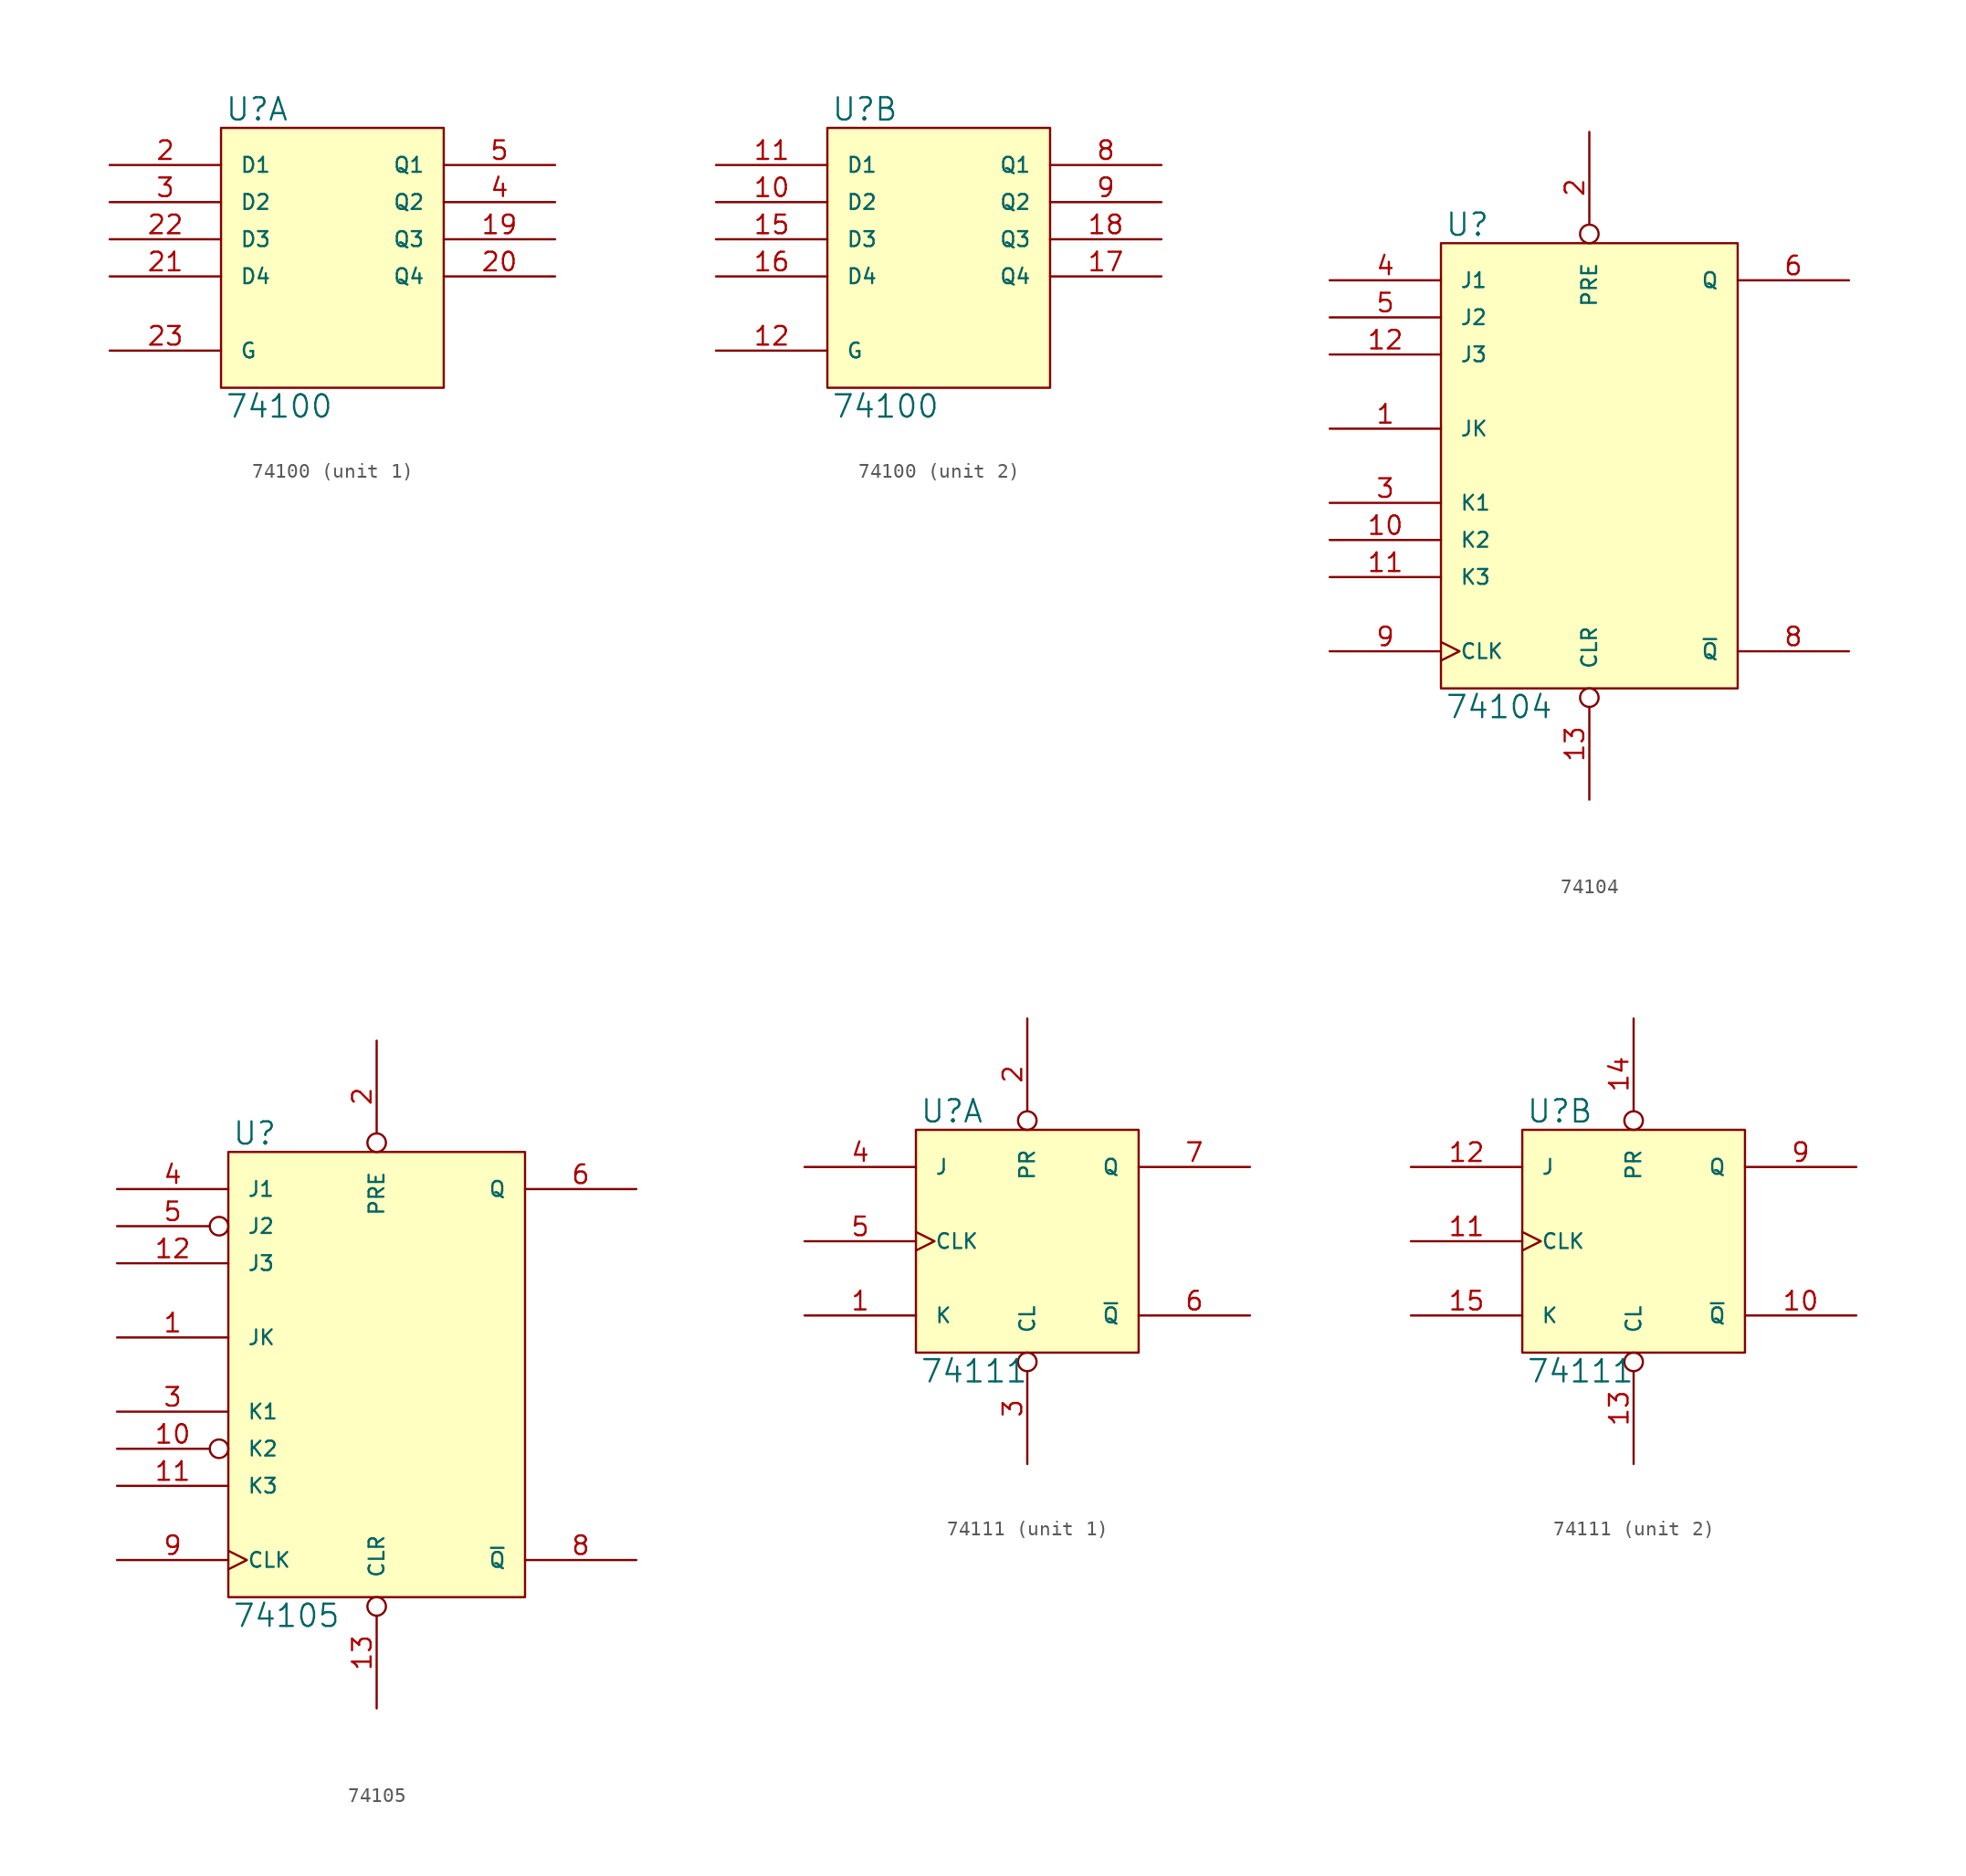
<source format=kicad_sym>
(kicad_symbol_lib
  (version 20231120)
  (generator "kicad_symbol_editor")
  (generator_version "8.0")
  (symbol "74100"
    (pin_names
      (offset 1.27))
    (property "Reference" "U"
      (at 0.254 0.381 0)
      (effects (font (size 1.524 1.524)) (justify left bottom)))
    (property "Value" "74100"
      (at 0.254 -18.161 0)
      (effects (font (size 1.524 1.524)) (justify left top)))
    (symbol "74100_0_1"
      (rectangle (start 0 0) (end 15.24 -17.78) (stroke (width 0) (type solid)) (fill (type background))))
    (symbol "74100_1_1"
      (pin output line (at 22.86 -7.62 180) (length 7.62) (name "Q3" (effects (font (size 1.016 1.016)))) (number "19" (effects (font (size 1.27 1.27)))))
      (pin input line (at -7.62 -2.54 0) (length 7.62) (name "D1" (effects (font (size 1.016 1.016)))) (number "2" (effects (font (size 1.27 1.27)))))
      (pin output line (at 22.86 -10.16 180) (length 7.62) (name "Q4" (effects (font (size 1.016 1.016)))) (number "20" (effects (font (size 1.27 1.27)))))
      (pin input line (at -7.62 -10.16 0) (length 7.62) (name "D4" (effects (font (size 1.016 1.016)))) (number "21" (effects (font (size 1.27 1.27)))))
      (pin input line (at -7.62 -7.62 0) (length 7.62) (name "D3" (effects (font (size 1.016 1.016)))) (number "22" (effects (font (size 1.27 1.27)))))
      (pin input line (at -7.62 -15.24 0) (length 7.62) (name "G" (effects (font (size 1.016 1.016)))) (number "23" (effects (font (size 1.27 1.27)))))
      (pin power_in line (at 0 0 270) (length 0) hide (name "VCC" (effects (font (size 1.016 1.016)))) (number "24" (effects (font (size 1.27 1.27)))))
      (pin input line (at -7.62 -5.08 0) (length 7.62) (name "D2" (effects (font (size 1.016 1.016)))) (number "3" (effects (font (size 1.27 1.27)))))
      (pin output line (at 22.86 -5.08 180) (length 7.62) (name "Q2" (effects (font (size 1.016 1.016)))) (number "4" (effects (font (size 1.27 1.27)))))
      (pin output line (at 22.86 -2.54 180) (length 7.62) (name "Q1" (effects (font (size 1.016 1.016)))) (number "5" (effects (font (size 1.27 1.27)))))
      (pin power_in line (at 0 -17.78 90) (length 0) hide (name "GND" (effects (font (size 1.016 1.016)))) (number "7" (effects (font (size 1.27 1.27))))))
    (symbol "74100_2_1"
      (pin input line (at -7.62 -5.08 0) (length 7.62) (name "D2" (effects (font (size 1.016 1.016)))) (number "10" (effects (font (size 1.27 1.27)))))
      (pin input line (at -7.62 -2.54 0) (length 7.62) (name "D1" (effects (font (size 1.016 1.016)))) (number "11" (effects (font (size 1.27 1.27)))))
      (pin input line (at -7.62 -15.24 0) (length 7.62) (name "G" (effects (font (size 1.016 1.016)))) (number "12" (effects (font (size 1.27 1.27)))))
      (pin input line (at -7.62 -7.62 0) (length 7.62) (name "D3" (effects (font (size 1.016 1.016)))) (number "15" (effects (font (size 1.27 1.27)))))
      (pin input line (at -7.62 -10.16 0) (length 7.62) (name "D4" (effects (font (size 1.016 1.016)))) (number "16" (effects (font (size 1.27 1.27)))))
      (pin output line (at 22.86 -10.16 180) (length 7.62) (name "Q4" (effects (font (size 1.016 1.016)))) (number "17" (effects (font (size 1.27 1.27)))))
      (pin output line (at 22.86 -7.62 180) (length 7.62) (name "Q3" (effects (font (size 1.016 1.016)))) (number "18" (effects (font (size 1.27 1.27)))))
      (pin power_in line (at 0 0 270) (length 0) hide (name "VCC" (effects (font (size 1.016 1.016)))) (number "24" (effects (font (size 1.27 1.27)))))
      (pin power_in line (at 0 -17.78 90) (length 0) hide (name "GND" (effects (font (size 1.016 1.016)))) (number "7" (effects (font (size 1.27 1.27)))))
      (pin output line (at 22.86 -2.54 180) (length 7.62) (name "Q1" (effects (font (size 1.016 1.016)))) (number "8" (effects (font (size 1.27 1.27)))))
      (pin output line (at 22.86 -5.08 180) (length 7.62) (name "Q2" (effects (font (size 1.016 1.016)))) (number "9" (effects (font (size 1.27 1.27)))))))
  (symbol "74104"
    (pin_names
      (offset 1.27))
    (property "Reference" "U"
      (at 0.254 0.381 0)
      (effects (font (size 1.524 1.524)) (justify left bottom)))
    (property "Value" "74104"
      (at 0.254 -30.861 0)
      (effects (font (size 1.524 1.524)) (justify left top)))
    (symbol "74104_0_1"
      (rectangle (start 0 0) (end 20.32 -30.48) (stroke (width 0) (type solid)) (fill (type background))))
    (symbol "74104_1_1"
      (pin input line (at -7.62 -12.7 0) (length 7.62) (name "JK" (effects (font (size 1.016 1.016)))) (number "1" (effects (font (size 1.27 1.27)))))
      (pin input line (at -7.62 -20.32 0) (length 7.62) (name "K2" (effects (font (size 1.016 1.016)))) (number "10" (effects (font (size 1.27 1.27)))))
      (pin input line (at -7.62 -22.86 0) (length 7.62) (name "K3" (effects (font (size 1.016 1.016)))) (number "11" (effects (font (size 1.27 1.27)))))
      (pin input line (at -7.62 -7.62 0) (length 7.62) (name "J3" (effects (font (size 1.016 1.016)))) (number "12" (effects (font (size 1.27 1.27)))))
      (pin input inverted (at 10.16 -38.1 90) (length 7.62) (name "CLR" (effects (font (size 1.016 1.016)))) (number "13" (effects (font (size 1.27 1.27)))))
      (pin power_in line (at 0 0 270) (length 0) hide (name "VCC" (effects (font (size 1.016 1.016)))) (number "14" (effects (font (size 1.27 1.27)))))
      (pin input inverted (at 10.16 7.62 270) (length 7.62) (name "PRE" (effects (font (size 1.016 1.016)))) (number "2" (effects (font (size 1.27 1.27)))))
      (pin input line (at -7.62 -17.78 0) (length 7.62) (name "K1" (effects (font (size 1.016 1.016)))) (number "3" (effects (font (size 1.27 1.27)))))
      (pin input line (at -7.62 -2.54 0) (length 7.62) (name "J1" (effects (font (size 1.016 1.016)))) (number "4" (effects (font (size 1.27 1.27)))))
      (pin input line (at -7.62 -5.08 0) (length 7.62) (name "J2" (effects (font (size 1.016 1.016)))) (number "5" (effects (font (size 1.27 1.27)))))
      (pin output line (at 27.94 -2.54 180) (length 7.62) (name "Q" (effects (font (size 1.016 1.016)))) (number "6" (effects (font (size 1.27 1.27)))))
      (pin power_in line (at 0 -30.48 90) (length 0) hide (name "GND" (effects (font (size 1.016 1.016)))) (number "7" (effects (font (size 1.27 1.27)))))
      (pin output line (at 27.94 -27.94 180) (length 7.62) (name "~{Q}" (effects (font (size 1.016 1.016)))) (number "8" (effects (font (size 1.27 1.27)))))
      (pin input clock (at -7.62 -27.94 0) (length 7.62) (name "CLK" (effects (font (size 1.016 1.016)))) (number "9" (effects (font (size 1.27 1.27)))))))
  (symbol "74105"
    (pin_names
      (offset 1.27))
    (property "Reference" "U"
      (at 0.254 0.381 0)
      (effects (font (size 1.524 1.524)) (justify left bottom)))
    (property "Value" "74105"
      (at 0.254 -30.861 0)
      (effects (font (size 1.524 1.524)) (justify left top)))
    (symbol "74105_0_1"
      (rectangle (start 0 0) (end 20.32 -30.48) (stroke (width 0) (type solid)) (fill (type background))))
    (symbol "74105_1_1"
      (pin input line (at -7.62 -12.7 0) (length 7.62) (name "JK" (effects (font (size 1.016 1.016)))) (number "1" (effects (font (size 1.27 1.27)))))
      (pin input inverted (at -7.62 -20.32 0) (length 7.62) (name "K2" (effects (font (size 1.016 1.016)))) (number "10" (effects (font (size 1.27 1.27)))))
      (pin input line (at -7.62 -22.86 0) (length 7.62) (name "K3" (effects (font (size 1.016 1.016)))) (number "11" (effects (font (size 1.27 1.27)))))
      (pin input line (at -7.62 -7.62 0) (length 7.62) (name "J3" (effects (font (size 1.016 1.016)))) (number "12" (effects (font (size 1.27 1.27)))))
      (pin input inverted (at 10.16 -38.1 90) (length 7.62) (name "CLR" (effects (font (size 1.016 1.016)))) (number "13" (effects (font (size 1.27 1.27)))))
      (pin power_in line (at 0 0 270) (length 0) hide (name "VCC" (effects (font (size 1.016 1.016)))) (number "14" (effects (font (size 1.27 1.27)))))
      (pin input inverted (at 10.16 7.62 270) (length 7.62) (name "PRE" (effects (font (size 1.016 1.016)))) (number "2" (effects (font (size 1.27 1.27)))))
      (pin input line (at -7.62 -17.78 0) (length 7.62) (name "K1" (effects (font (size 1.016 1.016)))) (number "3" (effects (font (size 1.27 1.27)))))
      (pin input line (at -7.62 -2.54 0) (length 7.62) (name "J1" (effects (font (size 1.016 1.016)))) (number "4" (effects (font (size 1.27 1.27)))))
      (pin input inverted (at -7.62 -5.08 0) (length 7.62) (name "J2" (effects (font (size 1.016 1.016)))) (number "5" (effects (font (size 1.27 1.27)))))
      (pin output line (at 27.94 -2.54 180) (length 7.62) (name "Q" (effects (font (size 1.016 1.016)))) (number "6" (effects (font (size 1.27 1.27)))))
      (pin power_in line (at 0 -30.48 90) (length 0) hide (name "GND" (effects (font (size 1.016 1.016)))) (number "7" (effects (font (size 1.27 1.27)))))
      (pin output line (at 27.94 -27.94 180) (length 7.62) (name "~{Q}" (effects (font (size 1.016 1.016)))) (number "8" (effects (font (size 1.27 1.27)))))
      (pin input clock (at -7.62 -27.94 0) (length 7.62) (name "CLK" (effects (font (size 1.016 1.016)))) (number "9" (effects (font (size 1.27 1.27)))))))
  (symbol "74111"
    (pin_names
      (offset 1.27))
    (property "Reference" "U"
      (at 0.254 0.381 0)
      (effects (font (size 1.524 1.524)) (justify left bottom)))
    (property "Value" "74111"
      (at 0.254 -15.621 0)
      (effects (font (size 1.524 1.524)) (justify left top)))
    (symbol "74111_0_1"
      (rectangle (start 0 0) (end 15.24 -15.24) (stroke (width 0) (type solid)) (fill (type background))))
    (symbol "74111_1_1"
      (pin input line (at -7.62 -12.7 0) (length 7.62) (name "K" (effects (font (size 1.016 1.016)))) (number "1" (effects (font (size 1.27 1.27)))))
      (pin power_in line (at 0 0 270) (length 0) hide (name "VCC" (effects (font (size 1.016 1.016)))) (number "16" (effects (font (size 1.27 1.27)))))
      (pin input inverted (at 7.62 7.62 270) (length 7.62) (name "PR" (effects (font (size 1.016 1.016)))) (number "2" (effects (font (size 1.27 1.27)))))
      (pin input inverted (at 7.62 -22.86 90) (length 7.62) (name "CL" (effects (font (size 1.016 1.016)))) (number "3" (effects (font (size 1.27 1.27)))))
      (pin input line (at -7.62 -2.54 0) (length 7.62) (name "J" (effects (font (size 1.016 1.016)))) (number "4" (effects (font (size 1.27 1.27)))))
      (pin input clock (at -7.62 -7.62 0) (length 7.62) (name "CLK" (effects (font (size 1.016 1.016)))) (number "5" (effects (font (size 1.27 1.27)))))
      (pin output line (at 22.86 -12.7 180) (length 7.62) (name "~{Q}" (effects (font (size 1.016 1.016)))) (number "6" (effects (font (size 1.27 1.27)))))
      (pin output line (at 22.86 -2.54 180) (length 7.62) (name "Q" (effects (font (size 1.016 1.016)))) (number "7" (effects (font (size 1.27 1.27)))))
      (pin power_in line (at 0 -15.24 90) (length 0) hide (name "GND" (effects (font (size 1.016 1.016)))) (number "8" (effects (font (size 1.27 1.27))))))
    (symbol "74111_2_1"
      (pin output line (at 22.86 -12.7 180) (length 7.62) (name "~{Q}" (effects (font (size 1.016 1.016)))) (number "10" (effects (font (size 1.27 1.27)))))
      (pin input clock (at -7.62 -7.62 0) (length 7.62) (name "CLK" (effects (font (size 1.016 1.016)))) (number "11" (effects (font (size 1.27 1.27)))))
      (pin input line (at -7.62 -2.54 0) (length 7.62) (name "J" (effects (font (size 1.016 1.016)))) (number "12" (effects (font (size 1.27 1.27)))))
      (pin input inverted (at 7.62 -22.86 90) (length 7.62) (name "CL" (effects (font (size 1.016 1.016)))) (number "13" (effects (font (size 1.27 1.27)))))
      (pin input inverted (at 7.62 7.62 270) (length 7.62) (name "PR" (effects (font (size 1.016 1.016)))) (number "14" (effects (font (size 1.27 1.27)))))
      (pin input line (at -7.62 -12.7 0) (length 7.62) (name "K" (effects (font (size 1.016 1.016)))) (number "15" (effects (font (size 1.27 1.27)))))
      (pin power_in line (at 0 0 270) (length 0) hide (name "VCC" (effects (font (size 1.016 1.016)))) (number "16" (effects (font (size 1.27 1.27)))))
      (pin power_in line (at 0 -15.24 90) (length 0) hide (name "GND" (effects (font (size 1.016 1.016)))) (number "8" (effects (font (size 1.27 1.27)))))
      (pin output line (at 22.86 -2.54 180) (length 7.62) (name "Q" (effects (font (size 1.016 1.016)))) (number "9" (effects (font (size 1.27 1.27))))))))
</source>
